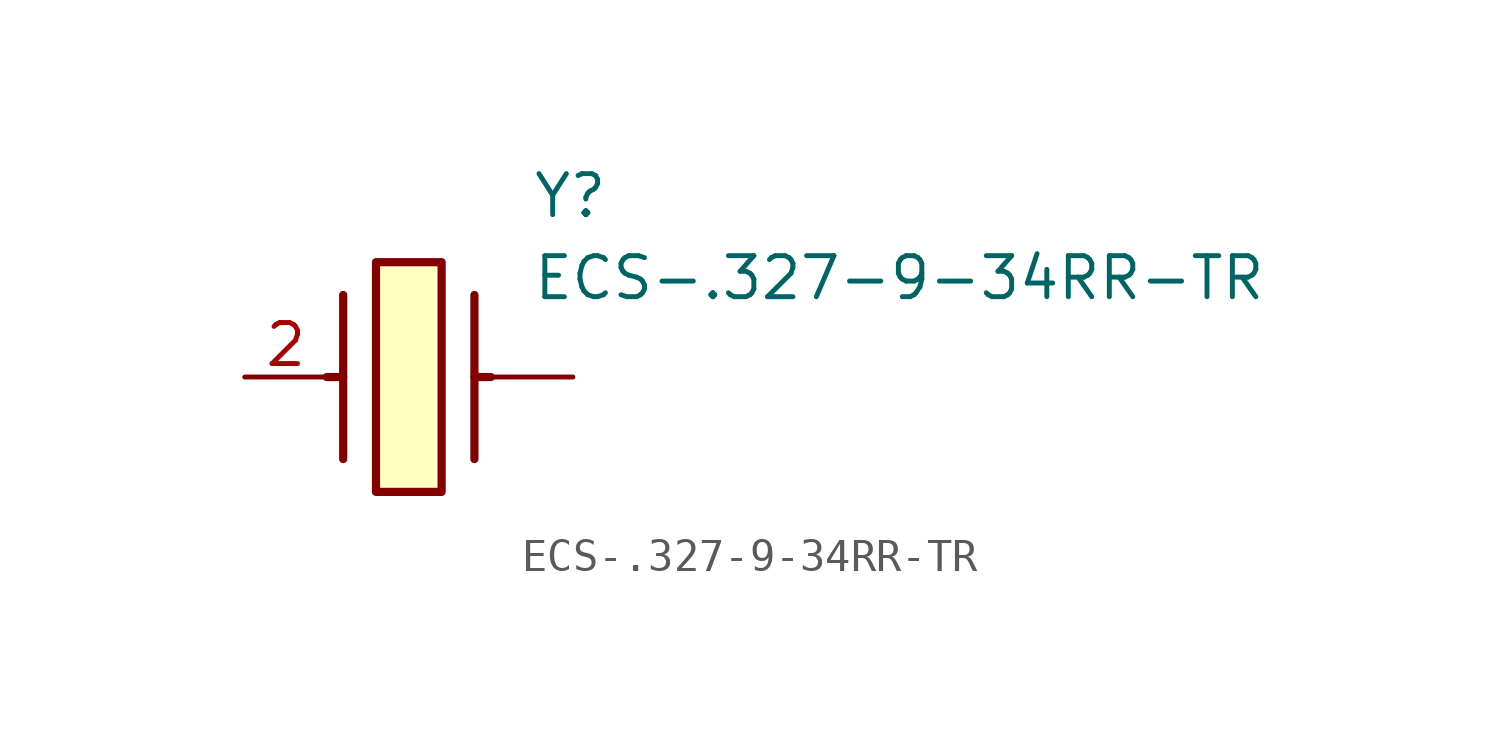
<source format=kicad_sym>
(kicad_symbol_lib
  (version 20211014)
  (generator SamacSys_ECAD_Model)
  (symbol "ECS-.327-9-34RR-TR"
    (pin_names hide)
    (property "Reference" "Y"
      (at 8.89 6.35 0)
      (effects (font (size 1.27 1.27)) (justify left top)))
    (property "Value" "ECS-.327-9-34RR-TR"
      (at 8.89 3.81 0)
      (effects (font (size 1.27 1.27)) (justify left top)))
    (rectangle
      (start 4.064 3.556)
      (end 6.096 -3.556)
      (stroke (width 0.254) (type default))
      (fill (type background)))
    (polyline
      (pts (xy 3.048 2.54) (xy 3.048 -2.54))
      (stroke (width 0.254) (type default))
      (fill (type none)))
    (polyline
      (pts (xy 7.112 2.54) (xy 7.112 -2.54))
      (stroke (width 0.254) (type default))
      (fill (type none)))
    (polyline
      (pts (xy 7.112 0) (xy 7.62 0))
      (stroke (width 0.254) (type default))
      (fill (type none)))
    (polyline
      (pts (xy 3.048 0) (xy 2.54 0))
      (stroke (width 0.254) (type default))
      (fill (type none)))
    (pin passive line
      (at 0 0 0)
      (length 2.54)
      (name "OUT/IN" (effects (font (size 1.27 1.27))))
      (number "2" (effects (font (size 1.27 1.27)))))
    (pin passive line
      (at 10.16 0 180)
      (length 2.54)
      (name "" (effects (font (size 1.27 1.27))))
      (number "" (effects (font (size 1.27 1.27)))))))
</source>
